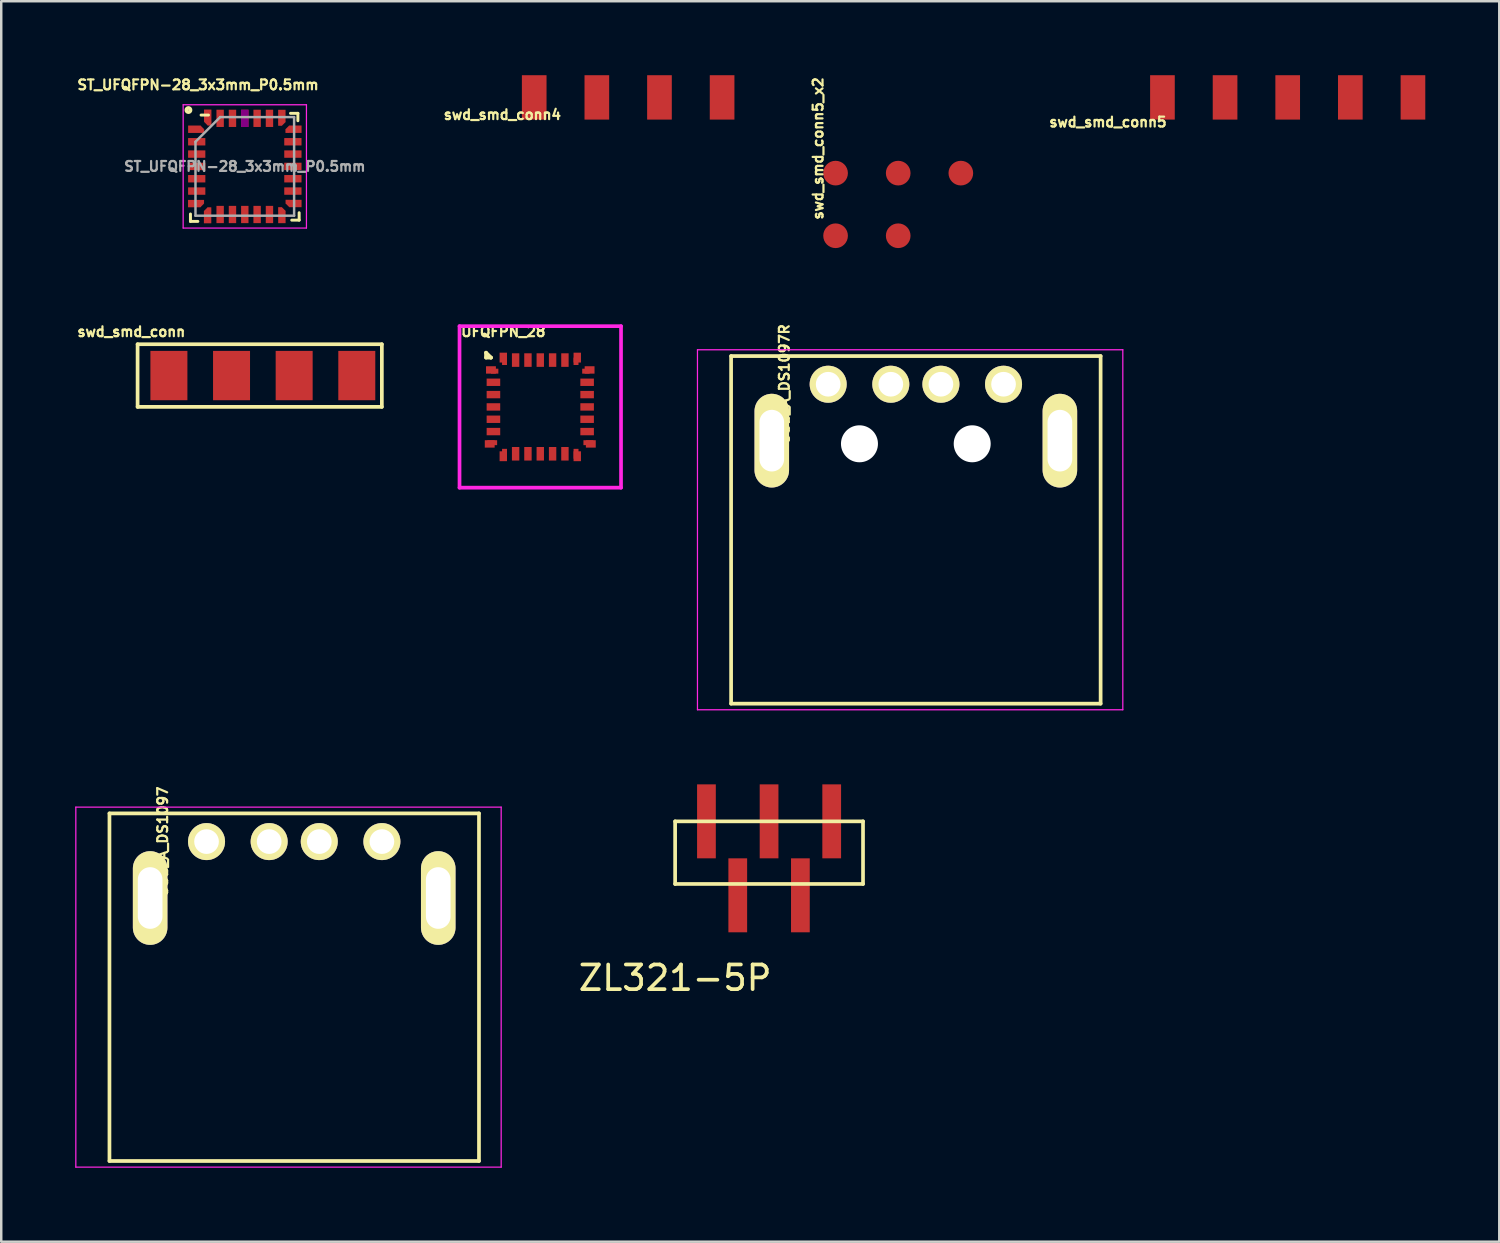
<source format=kicad_pcb>
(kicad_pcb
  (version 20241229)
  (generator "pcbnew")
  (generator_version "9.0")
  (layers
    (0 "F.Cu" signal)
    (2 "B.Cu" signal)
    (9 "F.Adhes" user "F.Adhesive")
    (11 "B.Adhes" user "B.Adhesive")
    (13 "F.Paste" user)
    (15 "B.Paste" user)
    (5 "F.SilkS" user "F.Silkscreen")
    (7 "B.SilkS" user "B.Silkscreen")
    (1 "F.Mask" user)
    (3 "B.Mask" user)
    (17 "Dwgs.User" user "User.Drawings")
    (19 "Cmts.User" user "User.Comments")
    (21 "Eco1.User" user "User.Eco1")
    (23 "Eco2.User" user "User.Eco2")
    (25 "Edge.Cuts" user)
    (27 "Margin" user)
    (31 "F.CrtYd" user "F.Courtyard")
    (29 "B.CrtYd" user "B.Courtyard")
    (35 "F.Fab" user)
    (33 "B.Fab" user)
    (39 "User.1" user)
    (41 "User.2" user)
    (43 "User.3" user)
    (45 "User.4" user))
  (footprint "USB_A_DS1097R"
    (layer "F.Cu")
    (at 30.536 12.535)
    (property "Reference" "USB_A_DS1097R" (at -1.778 0 90) (layer "F.SilkS") (effects (font (size 0.4 0.4) (thickness 0.09))))
    (attr through_hole)
    (fp_line (start -3.936 12.952) (end -3.936 -1.145) (stroke (width 0.15) (type solid)) (layer "F.SilkS"))
    (fp_line (start 11.05 -1.145) (end -3.936 -1.145) (stroke (width 0.15) (type solid)) (layer "F.SilkS"))
    (fp_line (start 11.05 -1.145) (end 11.05 12.952) (stroke (width 0.15) (type solid)) (layer "F.SilkS"))
    (fp_line (start 11.05 12.952) (end -3.936 12.952) (stroke (width 0.15) (type solid)) (layer "F.SilkS"))
    (fp_line (start -5.3 -1.4) (end 11.95 -1.4) (stroke (width 0.05) (type solid)) (layer "F.CrtYd"))
    (fp_line (start -5.3 13.2) (end -5.3 -1.4) (stroke (width 0.05) (type solid)) (layer "F.CrtYd"))
    (fp_line (start -5.3 13.2) (end 11.95 13.2) (stroke (width 0.05) (type solid)) (layer "F.CrtYd"))
    (fp_line (start 11.95 -1.4) (end 11.95 13.2) (stroke (width 0.05) (type solid)) (layer "F.CrtYd"))
    (pad "" np_thru_hole circle (at 1.27 2.413) (size 1.5 1.5) (drill 1.5) (layers "*.Cu" "*.Mask"))
    (pad "" np_thru_hole circle (at 5.842 2.413) (size 1.5 1.5) (drill 1.5) (layers "*.Cu" "*.Mask"))
    (pad "1" thru_hole circle (at 7.113 -0.002 270) (size 1.501 1.501) (drill 1.001) (layers "*.Cu" "*.Mask" "F.SilkS"))
    (pad "2" thru_hole circle (at 4.573 -0.002 270) (size 1.501 1.501) (drill 1.001) (layers "*.Cu" "*.Mask" "F.SilkS"))
    (pad "3" thru_hole circle (at 2.541 -0.002 270) (size 1.501 1.501) (drill 1.001) (layers "*.Cu" "*.Mask" "F.SilkS"))
    (pad "4" thru_hole circle (at 0.001 -0.002 270) (size 1.501 1.501) (drill 1.001) (layers "*.Cu" "*.Mask" "F.SilkS"))
    (pad "5" thru_hole oval (at -2.286 2.286 270) (size 3.8 1.4) (drill oval 2.5 1) (layers "*.Cu" "*.Mask" "F.SilkS"))
    (pad "5" thru_hole oval (at 9.398 2.286 270) (size 3.8 1.4) (drill oval 2.5 1) (layers "*.Cu" "*.Mask" "F.SilkS")))
  (footprint "UFQFPN_28"
    (layer "F.Cu")
    (at 18.861 13.453)
    (property "Reference" "UFQFPN_28" (at -1.5 -3.05 0) (layer "F.SilkS") (effects (font (size 0.4 0.4) (thickness 0.09))))
    (attr through_hole)
    (fp_line (start -2.2 -2) (end -2.2 -2.2) (stroke (width 0.15) (type solid)) (layer "F.SilkS"))
    (fp_line (start -2 -2) (end -2.2 -2.2) (stroke (width 0.15) (type solid)) (layer "F.SilkS"))
    (fp_line (start -2 -2) (end -2.2 -2) (stroke (width 0.15) (type solid)) (layer "F.SilkS"))
    (fp_line (start -2 -2) (end -2 -2) (stroke (width 0.15) (type solid)) (layer "F.SilkS"))
    (fp_line (start -3.275 -3.275) (end 3.275 -3.275) (stroke (width 0.15) (type solid)) (layer "F.CrtYd"))
    (fp_line (start -3.275 3.275) (end -3.275 -3.275) (stroke (width 0.15) (type solid)) (layer "F.CrtYd"))
    (fp_line (start 3.275 -3.275) (end 3.275 3.275) (stroke (width 0.15) (type solid)) (layer "F.CrtYd"))
    (fp_line (start 3.275 3.275) (end -3.275 3.275) (stroke (width 0.15) (type solid)) (layer "F.CrtYd"))
    (pad "1" smd rect (at -2 -1.5 90) (size 0.3 0.4) (layers "F.Cu" "F.Mask" "F.Paste"))
    (pad "1" smd rect (at -1.85 -1.45 90) (size 0.2 0.3) (layers "F.Cu" "F.Mask" "F.Paste"))
    (pad "2" smd rect (at -1.9 -1 90) (size 0.3 0.55) (layers "F.Cu" "F.Mask" "F.Paste"))
    (pad "3" smd rect (at -1.9 -0.5 90) (size 0.3 0.55) (layers "F.Cu" "F.Mask" "F.Paste"))
    (pad "4" smd rect (at -1.9 0 90) (size 0.3 0.55) (layers "F.Cu" "F.Mask" "F.Paste"))
    (pad "5" smd rect (at -1.9 0.5 90) (size 0.3 0.55) (layers "F.Cu" "F.Mask" "F.Paste"))
    (pad "6" smd rect (at -1.9 1 90) (size 0.3 0.55) (layers "F.Cu" "F.Mask" "F.Paste"))
    (pad "7" smd rect (at -2.05 1.5 90) (size 0.3 0.4) (layers "F.Cu" "F.Mask" "F.Paste"))
    (pad "7" smd rect (at -1.95 1.45 90) (size 0.2 0.4) (layers "F.Cu" "F.Mask" "F.Paste"))
    (pad "8" smd rect (at -1.5 2) (size 0.3 0.4) (layers "F.Cu" "F.Mask" "F.Paste"))
    (pad "8" smd rect (at -1.45 1.9 90) (size 0.4 0.2) (layers "F.Cu" "F.Mask" "F.Paste"))
    (pad "9" smd rect (at -1 1.9) (size 0.3 0.55) (layers "F.Cu" "F.Mask" "F.Paste"))
    (pad "10" smd rect (at -0.5 1.9) (size 0.3 0.55) (layers "F.Cu" "F.Mask" "F.Paste"))
    (pad "11" smd rect (at 0 1.9) (size 0.3 0.55) (layers "F.Cu" "F.Mask" "F.Paste"))
    (pad "12" smd rect (at 0.5 1.9) (size 0.3 0.55) (layers "F.Cu" "F.Mask" "F.Paste"))
    (pad "13" smd rect (at 1 1.9) (size 0.3 0.55) (layers "F.Cu" "F.Mask" "F.Paste"))
    (pad "14" smd rect (at 1.45 1.9) (size 0.2 0.4) (layers "F.Cu" "F.Mask" "F.Paste"))
    (pad "14" smd rect (at 1.5 2) (size 0.3 0.4) (layers "F.Cu" "F.Mask" "F.Paste"))
    (pad "15" smd rect (at 1.95 1.45) (size 0.4 0.2) (layers "F.Cu" "F.Mask" "F.Paste"))
    (pad "15" smd rect (at 2.05 1.5 90) (size 0.3 0.4) (layers "F.Cu" "F.Mask" "F.Paste"))
    (pad "16" smd rect (at 1.9 1 90) (size 0.3 0.55) (layers "F.Cu" "F.Mask" "F.Paste"))
    (pad "17" smd rect (at 1.9 0.5 90) (size 0.3 0.55) (layers "F.Cu" "F.Mask" "F.Paste"))
    (pad "18" smd rect (at 1.9 0 90) (size 0.3 0.55) (layers "F.Cu" "F.Mask" "F.Paste"))
    (pad "19" smd rect (at 1.9 -0.5 90) (size 0.3 0.55) (layers "F.Cu" "F.Mask" "F.Paste"))
    (pad "20" smd rect (at 1.9 -1 90) (size 0.3 0.55) (layers "F.Cu" "F.Mask" "F.Paste"))
    (pad "21" smd rect (at 1.85 -1.45) (size 0.3 0.2) (layers "F.Cu" "F.Mask" "F.Paste"))
    (pad "21" smd rect (at 2 -1.5 90) (size 0.3 0.4) (layers "F.Cu" "F.Mask" "F.Paste"))
    (pad "22" smd rect (at 1.45 -1.85) (size 0.2 0.3) (layers "F.Cu" "F.Mask" "F.Paste"))
    (pad "22" smd rect (at 1.5 -2) (size 0.3 0.4) (layers "F.Cu" "F.Mask" "F.Paste"))
    (pad "23" smd rect (at 1 -1.9) (size 0.3 0.55) (layers "F.Cu" "F.Mask" "F.Paste"))
    (pad "24" smd rect (at 0.5 -1.9) (size 0.3 0.55) (layers "F.Cu" "F.Mask" "F.Paste"))
    (pad "25" smd rect (at 0 -1.9) (size 0.3 0.55) (layers "F.Cu" "F.Mask" "F.Paste"))
    (pad "26" smd rect (at -0.5 -1.9) (size 0.3 0.55) (layers "F.Cu" "F.Mask" "F.Paste"))
    (pad "27" smd rect (at -1 -1.9) (size 0.3 0.55) (layers "F.Cu" "F.Mask" "F.Paste"))
    (pad "28" smd rect (at -1.5 -2) (size 0.3 0.4) (layers "F.Cu" "F.Mask" "F.Paste"))
    (pad "28" smd rect (at -1.45 -1.85) (size 0.2 0.3) (layers "F.Cu" "F.Mask" "F.Paste")))
  (footprint "swd_smd_conn5"
    (layer "F.Cu")
    (at 47.903 0.9)
    (property "Reference" "swd_smd_conn5" (at -6.02 1 0) (layer "F.SilkS") (effects (font (size 0.4 0.4) (thickness 0.09))))
    (attr through_hole)
    (pad "1" smd rect (at -3.81 0) (size 1 1.8) (layers "F.Cu" "F.Mask"))
    (pad "2" smd rect (at -1.27 0) (size 1 1.8) (layers "F.Cu" "F.Mask"))
    (pad "3" smd rect (at 1.27 0) (size 1 1.8) (layers "F.Cu" "F.Mask"))
    (pad "4" smd rect (at 3.81 0) (size 1 1.8) (layers "F.Cu" "F.Mask"))
    (pad "5" smd rect (at 6.35 0) (size 1 1.8) (layers "F.Cu" "F.Mask")))
  (footprint "ST_UFQFPN-28_3x3mm_P0.5mm"
    (layer "F.Cu")
    (at 6.878 3.699)
    (property "Reference" "ST_UFQFPN-28_3x3mm_P0.5mm" (at -1.897 -3.307 0) (layer "F.SilkS") (effects (font (size 0.4 0.4) (thickness 0.09))))
    (attr smd)
    (fp_line (start -2.204 2.23) (end -2.204 1.93) (stroke (width 0.12) (type solid)) (layer "F.SilkS"))
    (fp_line (start -2.204 2.23) (end -1.904 2.23) (stroke (width 0.12) (type solid)) (layer "F.SilkS"))
    (fp_line (start -1.773 -2.083) (end -1.473 -2.083) (stroke (width 0.12) (type solid)) (layer "F.SilkS"))
    (fp_line (start 2.153 -2.153) (end 1.853 -2.153) (stroke (width 0.12) (type solid)) (layer "F.SilkS"))
    (fp_line (start 2.153 -2.153) (end 2.153 -1.853) (stroke (width 0.12) (type solid)) (layer "F.SilkS"))
    (fp_line (start 2.204 2.179) (end 1.904 2.179) (stroke (width 0.12) (type solid)) (layer "F.SilkS"))
    (fp_line (start 2.204 2.179) (end 2.204 1.879) (stroke (width 0.12) (type solid)) (layer "F.SilkS"))
    (fp_circle (center -2.286 -2.286) (end -2.205 -2.311) (stroke (width 0.15) (type solid)) (fill no) (layer "F.SilkS"))
    (fp_line (start -2.5 -2.5) (end 2.5 -2.5) (stroke (width 0.05) (type solid)) (layer "F.CrtYd"))
    (fp_line (start -2.5 2.5) (end -2.5 -2.5) (stroke (width 0.05) (type solid)) (layer "F.CrtYd"))
    (fp_line (start 2.5 -2.5) (end 2.5 2.5) (stroke (width 0.05) (type solid)) (layer "F.CrtYd"))
    (fp_line (start 2.5 2.5) (end -2.5 2.5) (stroke (width 0.05) (type solid)) (layer "F.CrtYd"))
    (fp_line (start -2 -1) (end -1 -2) (stroke (width 0.1) (type solid)) (layer "F.Fab"))
    (fp_line (start -2 2) (end -2 -1) (stroke (width 0.1) (type solid)) (layer "F.Fab"))
    (fp_line (start -1 -2) (end 2 -2) (stroke (width 0.1) (type solid)) (layer "F.Fab"))
    (fp_line (start 2 -2) (end 2 2) (stroke (width 0.1) (type solid)) (layer "F.Fab"))
    (fp_line (start 2 2) (end -2 2) (stroke (width 0.1) (type solid)) (layer "F.Fab"))
    (fp_text user "${REFERENCE}" (at 0 0 0) (layer "F.Fab") (effects (font (size 0.4 0.4) (thickness 0.09))))
    (pad "" smd rect (at -1.4 -1.4) (size 0.1 0.1) (layers "F.Mask"))
    (pad "" smd rect (at -1.4 1.4) (size 0.1 0.1) (layers "F.Mask"))
    (pad "" smd rect (at 1.4 -1.4) (size 0.1 0.1) (layers "F.Mask"))
    (pad "" smd rect (at 1.4 1.4) (size 0.1 0.1) (layers "F.Mask"))
    (pad "1" smd rect (at -2.049 -1.508) (size 0.5 0.3) (layers "F.Cu" "F.Mask" "F.Paste"))
    (pad "1" smd rect (at -1.798 -1.509 45) (size 0.212 0.212) (layers "F.Cu" "F.Mask" "F.Paste"))
    (pad "1" smd rect (at -1.722 -1.433) (size 0.15 0.15) (layers "F.Cu" "F.Mask" "F.Paste"))
    (pad "2" smd rect (at -1.95 -1) (size 0.7 0.3) (layers "F.Cu" "F.Mask" "F.Paste"))
    (pad "3" smd rect (at -1.95 -0.5) (size 0.7 0.3) (layers "F.Cu" "F.Mask" "F.Paste"))
    (pad "4" smd rect (at -1.95 0) (size 0.7 0.3) (layers "F.Cu" "F.Mask" "F.Paste"))
    (pad "5" smd rect (at -1.95 0.5) (size 0.7 0.3) (layers "F.Cu" "F.Mask" "F.Paste"))
    (pad "6" smd rect (at -1.95 1) (size 0.7 0.3) (layers "F.Cu" "F.Mask" "F.Paste"))
    (pad "7" smd rect (at -2.052 1.508) (size 0.5 0.3) (layers "F.Cu" "F.Mask" "F.Paste"))
    (pad "7" smd rect (at -1.803 1.508 45) (size 0.212 0.212) (layers "F.Cu" "F.Mask" "F.Paste"))
    (pad "7" smd rect (at -1.728 1.433) (size 0.15 0.15) (layers "F.Cu" "F.Mask" "F.Paste"))
    (pad "8" smd rect (at -1.509 2.057) (size 0.3 0.5) (layers "F.Cu" "F.Mask" "F.Paste"))
    (pad "8" smd rect (at -1.508 1.808 45) (size 0.212 0.212) (layers "F.Cu" "F.Mask" "F.Paste"))
    (pad "8" smd rect (at -1.433 1.733) (size 0.15 0.15) (layers "F.Cu" "F.Mask" "F.Paste"))
    (pad "9" smd rect (at -1 1.95) (size 0.3 0.7) (layers "F.Cu" "F.Mask" "F.Paste"))
    (pad "10" smd rect (at -0.5 1.95) (size 0.3 0.7) (layers "F.Cu" "F.Mask" "F.Paste"))
    (pad "11" smd rect (at 0 1.95) (size 0.3 0.7) (layers "F.Cu" "F.Mask" "F.Paste"))
    (pad "12" smd rect (at 0.5 1.95) (size 0.3 0.7) (layers "F.Cu" "F.Mask" "F.Paste"))
    (pad "13" smd rect (at 1 1.95) (size 0.3 0.7) (layers "F.Cu" "F.Mask" "F.Paste"))
    (pad "14" smd rect (at 1.428 1.728) (size 0.15 0.15) (layers "F.Cu" "F.Mask" "F.Paste"))
    (pad "14" smd rect (at 1.503 1.803 45) (size 0.212 0.212) (layers "F.Cu" "F.Mask" "F.Paste"))
    (pad "14" smd rect (at 1.504 2.052) (size 0.3 0.5) (layers "F.Cu" "F.Mask" "F.Paste"))
    (pad "15" smd rect (at 1.728 1.428) (size 0.15 0.15) (layers "F.Cu" "F.Mask" "F.Paste"))
    (pad "15" smd rect (at 1.803 1.503 45) (size 0.212 0.212) (layers "F.Cu" "F.Mask" "F.Paste"))
    (pad "15" smd rect (at 2.052 1.504) (size 0.5 0.3) (layers "F.Cu" "F.Mask" "F.Paste"))
    (pad "16" smd rect (at 1.95 1) (size 0.7 0.3) (layers "F.Cu" "F.Mask" "F.Paste"))
    (pad "17" smd rect (at 1.95 0.5) (size 0.7 0.3) (layers "F.Cu" "F.Mask" "F.Paste"))
    (pad "18" smd rect (at 1.95 0) (size 0.7 0.3) (layers "F.Cu" "F.Mask" "F.Paste"))
    (pad "19" smd rect (at 1.95 -0.5) (size 0.7 0.3) (layers "F.Cu" "F.Mask" "F.Paste"))
    (pad "20" smd rect (at 1.95 -1) (size 0.7 0.3) (layers "F.Cu" "F.Mask" "F.Paste"))
    (pad "21" smd rect (at 1.723 -1.433) (size 0.15 0.15) (layers "F.Cu" "F.Mask" "F.Paste"))
    (pad "21" smd rect (at 1.798 -1.508 45) (size 0.212 0.212) (layers "F.Cu" "F.Mask" "F.Paste"))
    (pad "21" smd rect (at 2.052 -1.509) (size 0.5 0.3) (layers "F.Cu" "F.Mask" "F.Paste"))
    (pad "22" smd rect (at 1.428 -1.723) (size 0.15 0.15) (layers "F.Cu" "F.Mask" "F.Paste"))
    (pad "22" smd rect (at 1.503 -2.047) (size 0.3 0.5) (layers "F.Cu" "F.Mask" "F.Paste"))
    (pad "22" smd rect (at 1.503 -1.798 45) (size 0.212 0.212) (layers "F.Cu" "F.Mask" "F.Paste"))
    (pad "23" smd rect (at 1 -1.95) (size 0.3 0.7) (layers "F.Cu" "F.Mask" "F.Paste"))
    (pad "24" smd rect (at 0.5 -1.95) (size 0.3 0.7) (layers "F.Cu" "F.Mask" "F.Paste"))
    (pad "25" smd rect (at 0 -1.95) (size 0.3 0.7) (layers "F.Cu" "F.Mask" "F.Adhes" "F.Paste"))
    (pad "26" smd rect (at -0.5 -1.95) (size 0.3 0.7) (layers "F.Cu" "F.Mask" "F.Paste"))
    (pad "27" smd rect (at -1 -1.95) (size 0.3 0.7) (layers "F.Cu" "F.Mask" "F.Paste"))
    (pad "28" smd rect (at -1.504 -2.057) (size 0.3 0.5) (layers "F.Cu" "F.Mask" "F.Paste"))
    (pad "28" smd rect (at -1.504 -1.808 45) (size 0.212 0.212) (layers "F.Cu" "F.Mask" "F.Paste"))
    (pad "28" smd rect (at -1.428 -1.732) (size 0.15 0.15) (layers "F.Cu" "F.Mask" "F.Paste")))
  (footprint "USB_A_DS1097"
    (layer "F.Cu")
    (at 5.325 31.083)
    (property "Reference" "USB_A_DS1097" (at -1.778 0 90) (layer "F.SilkS") (effects (font (size 0.4 0.4) (thickness 0.09))))
    (attr through_hole)
    (fp_line (start -3.936 12.952) (end -3.936 -1.145) (stroke (width 0.15) (type solid)) (layer "F.SilkS"))
    (fp_line (start 11.05 -1.145) (end -3.936 -1.145) (stroke (width 0.15) (type solid)) (layer "F.SilkS"))
    (fp_line (start 11.05 -1.145) (end 11.05 12.952) (stroke (width 0.15) (type solid)) (layer "F.SilkS"))
    (fp_line (start 11.05 12.952) (end -3.936 12.952) (stroke (width 0.15) (type solid)) (layer "F.SilkS"))
    (fp_line (start -5.3 -1.4) (end 11.95 -1.4) (stroke (width 0.05) (type solid)) (layer "F.CrtYd"))
    (fp_line (start -5.3 13.2) (end -5.3 -1.4) (stroke (width 0.05) (type solid)) (layer "F.CrtYd"))
    (fp_line (start -5.3 13.2) (end 11.95 13.2) (stroke (width 0.05) (type solid)) (layer "F.CrtYd"))
    (fp_line (start 11.95 -1.4) (end 11.95 13.2) (stroke (width 0.05) (type solid)) (layer "F.CrtYd"))
    (pad "1" thru_hole circle (at 0.001 -0.002 270) (size 1.501 1.501) (drill 1.001) (layers "*.Cu" "*.Mask" "F.SilkS"))
    (pad "2" thru_hole circle (at 2.541 -0.002 270) (size 1.501 1.501) (drill 1.001) (layers "*.Cu" "*.Mask" "F.SilkS"))
    (pad "3" thru_hole circle (at 4.573 -0.002 270) (size 1.501 1.501) (drill 1.001) (layers "*.Cu" "*.Mask" "F.SilkS"))
    (pad "4" thru_hole circle (at 7.113 -0.002 270) (size 1.501 1.501) (drill 1.001) (layers "*.Cu" "*.Mask" "F.SilkS"))
    (pad "5" thru_hole oval (at -2.286 2.286 270) (size 3.8 1.4) (drill oval 2.5 1) (layers "*.Cu" "*.Mask" "F.SilkS"))
    (pad "5" thru_hole oval (at 9.398 2.286 270) (size 3.8 1.4) (drill oval 2.5 1) (layers "*.Cu" "*.Mask" "F.SilkS")))
  (footprint "swd_smd_conn4"
    (layer "F.Cu")
    (at 22.425 0.9)
    (property "Reference" "swd_smd_conn4" (at -5.1 0.7 0) (layer "F.SilkS") (effects (font (size 0.4 0.4) (thickness 0.09))))
    (attr through_hole)
    (pad "1" smd rect (at -3.81 0) (size 1 1.8) (layers "F.Cu" "F.Mask"))
    (pad "2" smd rect (at -1.27 0) (size 1 1.8) (layers "F.Cu" "F.Mask"))
    (pad "3" smd rect (at 1.27 0) (size 1 1.8) (layers "F.Cu" "F.Mask"))
    (pad "4" smd rect (at 3.81 0) (size 1 1.8) (layers "F.Cu" "F.Mask")))
  (footprint "swd_smd_conn5_x2"
    (layer "F.Cu")
    (at 30.837 3.971)
    (property "Reference" "swd_smd_conn5_x2" (at -0.71 -1 90) (layer "F.SilkS") (effects (font (size 0.4 0.4) (thickness 0.09))))
    (attr through_hole)
    (pad "1" smd oval (at 0 0) (size 1 1) (layers "F.Cu" "F.Mask"))
    (pad "2" smd oval (at 2.54 0) (size 1 1) (layers "F.Cu" "F.Mask"))
    (pad "3" smd oval (at 5.08 0) (size 1 1) (layers "F.Cu" "F.Mask"))
    (pad "4" smd oval (at 0 2.54) (size 1 1) (layers "F.Cu" "F.Mask"))
    (pad "5" smd oval (at 2.54 2.54) (size 1 1) (layers "F.Cu" "F.Mask")))
  (footprint "ZL321-5P"
    (layer "F.Cu")
    (at 25.6 30.26)
    (property "Reference" "ZL321-5P" (at -1.27 6.35 0) (layer "F.SilkS") (effects (font (size 1 1) (thickness 0.15))))
    (attr through_hole)
    (fp_line (start -1.27 0) (end 6.35 0) (stroke (width 0.15) (type solid)) (layer "F.SilkS"))
    (fp_line (start -1.27 2.54) (end -1.27 0) (stroke (width 0.15) (type solid)) (layer "F.SilkS"))
    (fp_line (start 6.35 0) (end 6.35 2.54) (stroke (width 0.15) (type solid)) (layer "F.SilkS"))
    (fp_line (start 6.35 2.54) (end -1.27 2.54) (stroke (width 0.15) (type solid)) (layer "F.SilkS"))
    (pad "1" smd rect (at 0 0) (size 0.76 3) (layers "F.Cu" "F.Mask" "F.Paste"))
    (pad "2" smd rect (at 1.27 3) (size 0.76 3) (layers "F.Cu" "F.Mask" "F.Paste"))
    (pad "3" smd rect (at 2.54 0) (size 0.76 3) (layers "F.Cu" "F.Mask" "F.Paste"))
    (pad "4" smd rect (at 3.81 3) (size 0.76 3) (layers "F.Cu" "F.Mask" "F.Paste"))
    (pad "5" smd rect (at 5.08 0) (size 0.76 3) (layers "F.Cu" "F.Mask" "F.Paste")))
  (footprint "swd_smd_conn"
    (layer "F.Cu")
    (at 7.61 12.181)
    (property "Reference" "swd_smd_conn" (at -5.334 -1.778 0) (layer "F.SilkS") (effects (font (size 0.4 0.4) (thickness 0.09))))
    (attr through_hole)
    (fp_line (start -5.08 -1.27) (end 4.826 -1.27) (stroke (width 0.15) (type solid)) (layer "F.SilkS"))
    (fp_line (start -5.08 1.27) (end -5.08 -1.27) (stroke (width 0.15) (type solid)) (layer "F.SilkS"))
    (fp_line (start 4.826 -1.27) (end 4.826 1.27) (stroke (width 0.15) (type solid)) (layer "F.SilkS"))
    (fp_line (start 4.826 1.27) (end -5.08 1.27) (stroke (width 0.15) (type solid)) (layer "F.SilkS"))
    (pad "1" smd rect (at -3.81 0) (size 1.5 2) (layers "F.Cu" "F.Mask" "F.Paste"))
    (pad "2" smd rect (at -1.27 0) (size 1.5 2) (layers "F.Cu" "F.Mask" "F.Paste"))
    (pad "3" smd rect (at 1.27 0) (size 1.5 2) (layers "F.Cu" "F.Mask" "F.Paste"))
    (pad "4" smd rect (at 3.81 0) (size 1.5 2) (layers "F.Cu" "F.Mask" "F.Paste")))
  (gr_rect
    (start -3 -3)
    (end 57.753 47.308)
    (stroke (width 0.1) (type default))
    (fill no)
    (layer "Edge.Cuts")))
</source>
